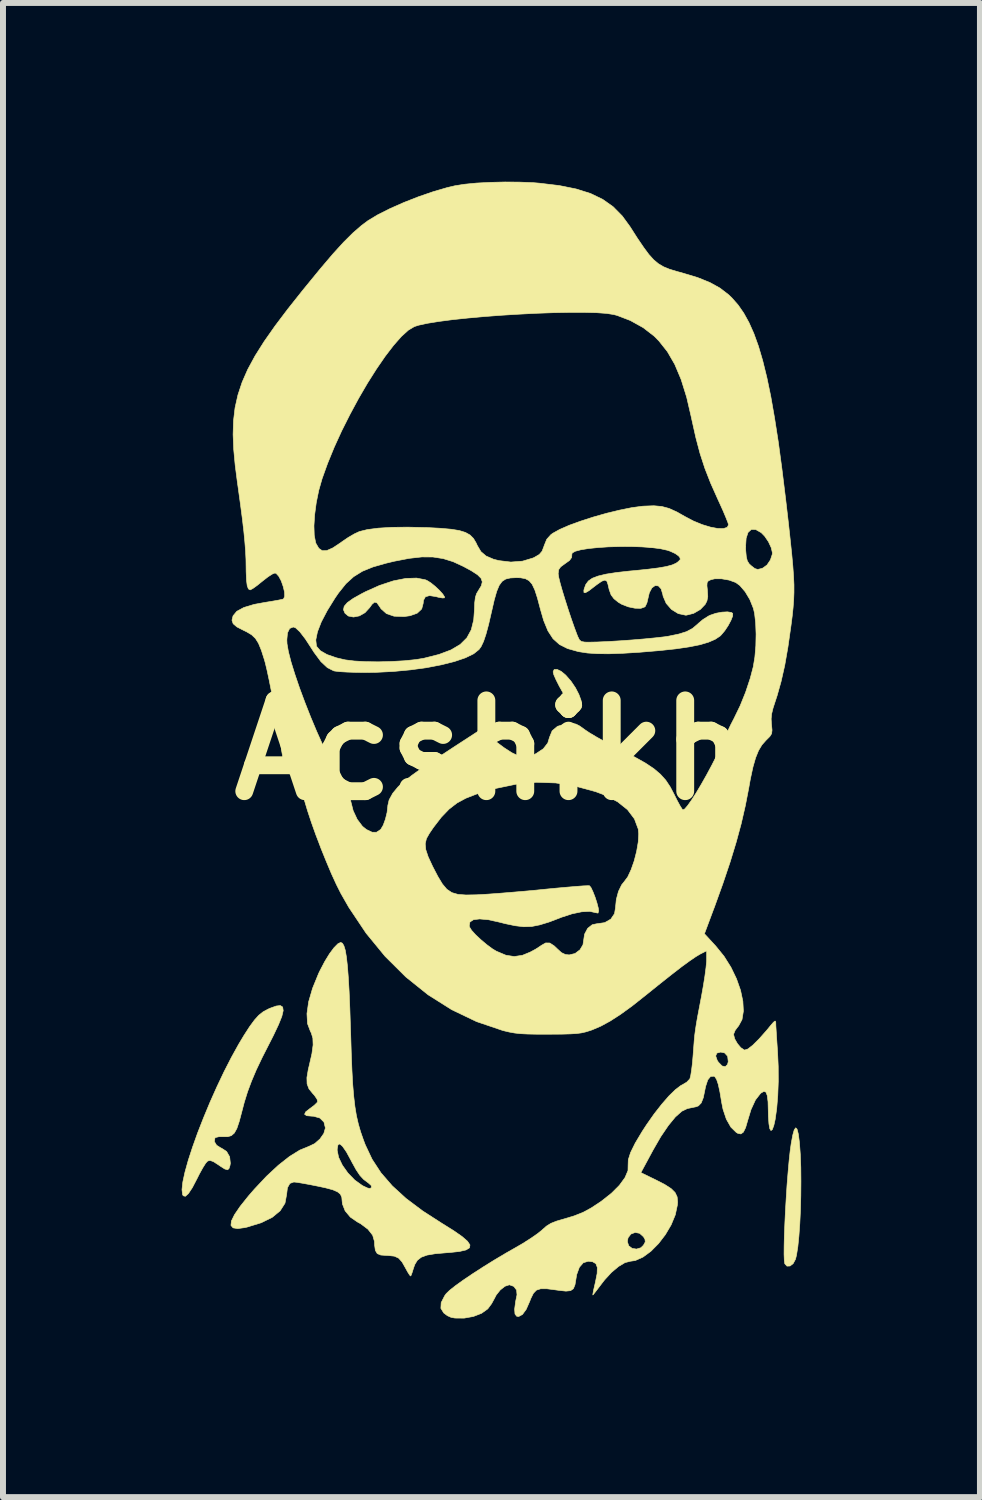
<source format=kicad_pcb>
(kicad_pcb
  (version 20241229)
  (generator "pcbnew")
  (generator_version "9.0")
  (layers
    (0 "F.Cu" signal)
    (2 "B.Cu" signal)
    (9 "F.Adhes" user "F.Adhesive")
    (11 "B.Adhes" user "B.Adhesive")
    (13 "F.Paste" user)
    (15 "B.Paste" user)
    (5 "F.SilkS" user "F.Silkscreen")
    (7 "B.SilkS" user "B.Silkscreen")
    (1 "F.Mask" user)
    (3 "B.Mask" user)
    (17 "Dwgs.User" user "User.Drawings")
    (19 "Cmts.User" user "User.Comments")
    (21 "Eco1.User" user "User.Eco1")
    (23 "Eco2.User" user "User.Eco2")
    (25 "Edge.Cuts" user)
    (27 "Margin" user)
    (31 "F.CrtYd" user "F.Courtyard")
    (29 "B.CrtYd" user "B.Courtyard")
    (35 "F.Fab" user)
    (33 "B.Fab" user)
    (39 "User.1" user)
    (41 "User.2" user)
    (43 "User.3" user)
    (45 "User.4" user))
  (footprint "Acshikh"
    (layer "F.Cu")
    (at 5.187 9.542)
    (property "Reference" "Acshikh" (at 0 0 0) (layer "F.SilkS") (effects (font (size 1.524 1.524) (thickness 0.3))))
    (attr through_hole)
    (fp_poly (pts (xy 1.183 -1.322) (xy 1.259 -1.259) (xy 1.348 -1.157) (xy 1.423 -1.046) (xy 1.48 -0.936) (xy 1.517 -0.835) (xy 1.53 -0.752) (xy 1.515 -0.698) (xy 1.475 -0.68) (xy 1.425 -0.7) (xy 1.362 -0.753) (xy 1.333 -0.785) (xy 1.276 -0.864) (xy 1.212 -0.965) (xy 1.15 -1.076) (xy 1.097 -1.181) (xy 1.06 -1.265) (xy 1.048 -1.314) (xy 1.066 -1.353) (xy 1.115 -1.355) (xy 1.183 -1.322)) (stroke (width 0.01) (type solid)) (fill yes) (layer "F.SilkS"))
    (fp_poly (pts (xy 5.143 6.363) (xy 5.164 6.444) (xy 5.182 6.58) (xy 5.184 6.604) (xy 5.198 6.792) (xy 5.206 7.007) (xy 5.208 7.24) (xy 5.206 7.482) (xy 5.2 7.722) (xy 5.189 7.951) (xy 5.174 8.159) (xy 5.156 8.337) (xy 5.134 8.476) (xy 5.117 8.546) (xy 5.078 8.619) (xy 5.025 8.66) (xy 4.974 8.662) (xy 4.937 8.622) (xy 4.937 8.621) (xy 4.929 8.567) (xy 4.925 8.464) (xy 4.926 8.322) (xy 4.93 8.147) (xy 4.938 7.95) (xy 4.948 7.737) (xy 4.961 7.517) (xy 4.975 7.298) (xy 4.992 7.088) (xy 5.009 6.897) (xy 5.027 6.731) (xy 5.044 6.608) (xy 5.071 6.462) (xy 5.096 6.373) (xy 5.121 6.34) (xy 5.143 6.363)) (stroke (width 0.01) (type solid)) (fill yes) (layer "F.SilkS"))
    (fp_poly (pts (xy -1.096 -2.859) (xy -1.068 -2.847) (xy -1.004 -2.807) (xy -0.931 -2.748) (xy -0.861 -2.682) (xy -0.805 -2.62) (xy -0.775 -2.573) (xy -0.776 -2.556) (xy -0.81 -2.554) (xy -0.878 -2.566) (xy -0.919 -2.577) (xy -1.027 -2.594) (xy -1.096 -2.574) (xy -1.129 -2.513) (xy -1.133 -2.465) (xy -1.158 -2.37) (xy -1.233 -2.299) (xy -1.353 -2.256) (xy -1.455 -2.242) (xy -1.622 -2.248) (xy -1.749 -2.291) (xy -1.84 -2.372) (xy -1.864 -2.409) (xy -1.908 -2.471) (xy -1.948 -2.485) (xy -1.993 -2.447) (xy -2.033 -2.391) (xy -2.11 -2.307) (xy -2.205 -2.253) (xy -2.303 -2.234) (xy -2.39 -2.251) (xy -2.446 -2.298) (xy -2.471 -2.356) (xy -2.459 -2.414) (xy -2.406 -2.476) (xy -2.308 -2.546) (xy -2.161 -2.628) (xy -2.103 -2.658) (xy -1.862 -2.766) (xy -1.634 -2.841) (xy -1.426 -2.882) (xy -1.244 -2.888) (xy -1.096 -2.859)) (stroke (width 0.01) (type solid)) (fill yes) (layer "F.SilkS"))
    (fp_poly (pts (xy -3.492 4.313) (xy -3.483 4.373) (xy -3.506 4.47) (xy -3.561 4.607) (xy -3.646 4.787) (xy -3.707 4.907) (xy -3.834 5.156) (xy -3.935 5.368) (xy -4.015 5.557) (xy -4.081 5.734) (xy -4.136 5.91) (xy -4.177 6.067) (xy -4.221 6.233) (xy -4.261 6.352) (xy -4.304 6.429) (xy -4.354 6.472) (xy -4.417 6.49) (xy -4.482 6.49) (xy -4.564 6.49) (xy -4.619 6.503) (xy -4.629 6.511) (xy -4.638 6.572) (xy -4.601 6.633) (xy -4.528 6.679) (xy -4.517 6.683) (xy -4.433 6.738) (xy -4.382 6.827) (xy -4.37 6.936) (xy -4.377 6.977) (xy -4.394 7.027) (xy -4.419 7.045) (xy -4.465 7.031) (xy -4.54 6.983) (xy -4.573 6.96) (xy -4.656 6.907) (xy -4.711 6.888) (xy -4.751 6.898) (xy -4.784 6.934) (xy -4.832 7.01) (xy -4.889 7.113) (xy -4.927 7.189) (xy -5.008 7.344) (xy -5.074 7.444) (xy -5.125 7.49) (xy -5.161 7.481) (xy -5.172 7.462) (xy -5.182 7.378) (xy -5.168 7.25) (xy -5.132 7.084) (xy -5.077 6.887) (xy -5.005 6.666) (xy -4.919 6.425) (xy -4.82 6.172) (xy -4.712 5.912) (xy -4.596 5.652) (xy -4.476 5.399) (xy -4.352 5.157) (xy -4.229 4.935) (xy -4.144 4.793) (xy -4.046 4.641) (xy -3.965 4.531) (xy -3.893 4.451) (xy -3.82 4.393) (xy -3.737 4.348) (xy -3.703 4.333) (xy -3.602 4.296) (xy -3.531 4.288) (xy -3.492 4.313)) (stroke (width 0.01) (type solid)) (fill yes) (layer "F.SilkS"))
    (fp_poly (pts (xy -2.489 3.242) (xy -2.464 3.285) (xy -2.441 3.36) (xy -2.422 3.472) (xy -2.405 3.623) (xy -2.39 3.816) (xy -2.376 4.056) (xy -2.364 4.345) (xy -2.353 4.686) (xy -2.35 4.771) (xy -2.34 5.098) (xy -2.329 5.376) (xy -2.316 5.612) (xy -2.299 5.812) (xy -2.279 5.984) (xy -2.254 6.136) (xy -2.222 6.275) (xy -2.184 6.407) (xy -2.138 6.539) (xy -2.106 6.624) (xy -1.991 6.868) (xy -1.842 7.096) (xy -1.653 7.314) (xy -1.42 7.527) (xy -1.14 7.737) (xy -0.817 7.945) (xy -0.623 8.066) (xy -0.481 8.165) (xy -0.389 8.245) (xy -0.348 8.307) (xy -0.356 8.355) (xy -0.415 8.391) (xy -0.523 8.416) (xy -0.68 8.433) (xy -0.748 8.438) (xy -0.932 8.454) (xy -1.068 8.477) (xy -1.164 8.512) (xy -1.23 8.563) (xy -1.273 8.633) (xy -1.294 8.691) (xy -1.318 8.768) (xy -1.337 8.819) (xy -1.343 8.828) (xy -1.361 8.812) (xy -1.395 8.758) (xy -1.426 8.701) (xy -1.487 8.593) (xy -1.545 8.528) (xy -1.617 8.495) (xy -1.718 8.484) (xy -1.749 8.483) (xy -1.845 8.476) (xy -1.904 8.452) (xy -1.936 8.398) (xy -1.949 8.305) (xy -1.951 8.248) (xy -1.981 8.144) (xy -2.06 8.043) (xy -2.182 7.951) (xy -2.237 7.921) (xy -2.355 7.84) (xy -2.443 7.735) (xy -2.488 7.62) (xy -2.493 7.578) (xy -2.499 7.508) (xy -2.522 7.456) (xy -2.571 7.415) (xy -2.652 7.38) (xy -2.775 7.347) (xy -2.907 7.319) (xy -3.043 7.292) (xy -3.164 7.27) (xy -3.256 7.255) (xy -3.305 7.25) (xy -3.371 7.274) (xy -3.412 7.347) (xy -3.426 7.461) (xy -3.453 7.606) (xy -3.534 7.733) (xy -3.667 7.843) (xy -3.852 7.934) (xy -4.09 8.007) (xy -4.125 8.015) (xy -4.246 8.032) (xy -4.324 8.02) (xy -4.36 7.978) (xy -4.352 7.904) (xy -4.3 7.798) (xy -4.205 7.659) (xy -4.066 7.485) (xy -3.967 7.371) (xy -3.762 7.153) (xy -3.563 6.968) (xy -3.375 6.82) (xy -3.21 6.718) (xy -2.577 6.718) (xy -2.553 6.836) (xy -2.49 6.968) (xy -2.397 7.099) (xy -2.283 7.217) (xy -2.158 7.307) (xy -2.138 7.318) (xy -2.065 7.352) (xy -2.024 7.359) (xy -2.001 7.341) (xy -1.998 7.337) (xy -2.008 7.306) (xy -2.054 7.265) (xy -2.06 7.261) (xy -2.133 7.206) (xy -2.195 7.139) (xy -2.257 7.047) (xy -2.329 6.917) (xy -2.34 6.895) (xy -2.421 6.746) (xy -2.486 6.652) (xy -2.533 6.611) (xy -2.563 6.624) (xy -2.576 6.691) (xy -2.577 6.718) (xy -3.21 6.718) (xy -3.203 6.714) (xy -3.054 6.653) (xy -2.955 6.606) (xy -2.866 6.528) (xy -2.801 6.435) (xy -2.775 6.344) (xy -2.775 6.342) (xy -2.799 6.244) (xy -2.868 6.176) (xy -2.972 6.146) (xy -3 6.145) (xy -3.089 6.137) (xy -3.124 6.113) (xy -3.105 6.072) (xy -3.033 6.016) (xy -2.963 5.964) (xy -2.915 5.917) (xy -2.905 5.902) (xy -2.915 5.859) (xy -2.958 5.796) (xy -2.988 5.763) (xy -3.05 5.687) (xy -3.082 5.603) (xy -3.085 5.498) (xy -3.062 5.361) (xy -3.044 5.286) (xy -3.001 5.097) (xy -2.981 4.95) (xy -2.985 4.836) (xy -3.012 4.747) (xy -3.026 4.721) (xy -3.075 4.591) (xy -3.084 4.424) (xy -3.056 4.225) (xy -2.99 3.998) (xy -2.887 3.746) (xy -2.862 3.695) (xy -2.785 3.548) (xy -2.706 3.419) (xy -2.63 3.317) (xy -2.565 3.251) (xy -2.518 3.228) (xy -2.489 3.242)) (stroke (width 0.01) (type solid)) (fill yes) (layer "F.SilkS"))
    (fp_poly (pts (xy 0.484 -9.535) (xy 0.712 -9.526) (xy 0.818 -9.517) (xy 1.151 -9.477) (xy 1.434 -9.42) (xy 1.676 -9.344) (xy 1.881 -9.245) (xy 2.056 -9.121) (xy 2.207 -8.968) (xy 2.338 -8.789) (xy 2.463 -8.593) (xy 2.567 -8.44) (xy 2.655 -8.321) (xy 2.735 -8.232) (xy 2.815 -8.165) (xy 2.901 -8.114) (xy 3.001 -8.073) (xy 3.123 -8.036) (xy 3.221 -8.009) (xy 3.473 -7.933) (xy 3.679 -7.85) (xy 3.849 -7.756) (xy 3.993 -7.645) (xy 4.05 -7.59) (xy 4.153 -7.473) (xy 4.248 -7.336) (xy 4.336 -7.177) (xy 4.418 -6.993) (xy 4.495 -6.78) (xy 4.567 -6.535) (xy 4.636 -6.255) (xy 4.702 -5.937) (xy 4.765 -5.577) (xy 4.828 -5.173) (xy 4.889 -4.72) (xy 4.951 -4.217) (xy 4.998 -3.812) (xy 5.029 -3.526) (xy 5.054 -3.288) (xy 5.072 -3.09) (xy 5.084 -2.922) (xy 5.091 -2.776) (xy 5.091 -2.644) (xy 5.086 -2.517) (xy 5.076 -2.387) (xy 5.061 -2.245) (xy 5.041 -2.089) (xy 4.99 -1.731) (xy 4.936 -1.422) (xy 4.875 -1.152) (xy 4.808 -0.914) (xy 4.783 -0.838) (xy 4.74 -0.706) (xy 4.716 -0.608) (xy 4.708 -0.525) (xy 4.713 -0.438) (xy 4.714 -0.428) (xy 4.723 -0.336) (xy 4.716 -0.277) (xy 4.686 -0.229) (xy 4.625 -0.168) (xy 4.62 -0.163) (xy 4.553 -0.087) (xy 4.496 0.008) (xy 4.447 0.129) (xy 4.402 0.286) (xy 4.359 0.486) (xy 4.332 0.637) (xy 4.274 0.936) (xy 4.205 1.236) (xy 4.121 1.546) (xy 4.02 1.877) (xy 3.899 2.237) (xy 3.755 2.637) (xy 3.738 2.681) (xy 3.588 3.083) (xy 3.777 3.288) (xy 3.916 3.459) (xy 4.033 3.645) (xy 4.126 3.838) (xy 4.194 4.031) (xy 4.233 4.215) (xy 4.242 4.381) (xy 4.219 4.523) (xy 4.161 4.631) (xy 4.152 4.64) (xy 4.103 4.706) (xy 4.078 4.768) (xy 4.078 4.776) (xy 4.096 4.847) (xy 4.141 4.926) (xy 4.199 4.995) (xy 4.256 5.033) (xy 4.264 5.035) (xy 4.318 5.017) (xy 4.398 4.955) (xy 4.503 4.851) (xy 4.63 4.708) (xy 4.694 4.63) (xy 4.747 4.568) (xy 4.775 4.547) (xy 4.785 4.563) (xy 4.786 4.579) (xy 4.787 4.627) (xy 4.793 4.721) (xy 4.801 4.848) (xy 4.811 4.997) (xy 4.816 5.071) (xy 4.827 5.313) (xy 4.828 5.561) (xy 4.819 5.801) (xy 4.801 6.019) (xy 4.775 6.203) (xy 4.754 6.297) (xy 4.728 6.369) (xy 4.705 6.387) (xy 4.685 6.355) (xy 4.671 6.274) (xy 4.662 6.148) (xy 4.66 6.062) (xy 4.656 5.904) (xy 4.643 5.799) (xy 4.621 5.742) (xy 4.587 5.728) (xy 4.54 5.755) (xy 4.528 5.765) (xy 4.444 5.873) (xy 4.37 6.034) (xy 4.316 6.211) (xy 4.279 6.338) (xy 4.242 6.413) (xy 4.2 6.443) (xy 4.148 6.433) (xy 4.122 6.417) (xy 4.032 6.329) (xy 3.956 6.195) (xy 3.9 6.028) (xy 3.878 5.917) (xy 3.848 5.738) (xy 3.82 5.61) (xy 3.792 5.527) (xy 3.762 5.482) (xy 3.748 5.474) (xy 3.691 5.478) (xy 3.644 5.536) (xy 3.608 5.645) (xy 3.597 5.699) (xy 3.569 5.835) (xy 3.534 5.923) (xy 3.487 5.972) (xy 3.447 5.987) (xy 3.37 6.003) (xy 3.302 6.017) (xy 3.208 6.062) (xy 3.1 6.158) (xy 2.982 6.302) (xy 2.855 6.489) (xy 2.726 6.713) (xy 2.521 7.093) (xy 2.768 7.213) (xy 2.922 7.292) (xy 3.029 7.361) (xy 3.096 7.428) (xy 3.13 7.5) (xy 3.138 7.587) (xy 3.134 7.636) (xy 3.099 7.801) (xy 3.029 7.97) (xy 2.932 8.134) (xy 2.817 8.284) (xy 2.689 8.413) (xy 2.557 8.51) (xy 2.428 8.568) (xy 2.346 8.58) (xy 2.255 8.603) (xy 2.146 8.668) (xy 2.028 8.767) (xy 1.913 8.892) (xy 1.868 8.95) (xy 1.801 9.038) (xy 1.749 9.106) (xy 1.719 9.143) (xy 1.714 9.146) (xy 1.717 9.121) (xy 1.73 9.054) (xy 1.752 8.958) (xy 1.758 8.932) (xy 1.787 8.786) (xy 1.79 8.684) (xy 1.766 8.621) (xy 1.712 8.589) (xy 1.637 8.58) (xy 1.554 8.606) (xy 1.488 8.682) (xy 1.444 8.803) (xy 1.432 8.875) (xy 1.415 8.976) (xy 1.388 9.041) (xy 1.341 9.074) (xy 1.263 9.082) (xy 1.145 9.069) (xy 1.089 9.061) (xy 0.943 9.042) (xy 0.84 9.042) (xy 0.768 9.065) (xy 0.717 9.118) (xy 0.674 9.205) (xy 0.656 9.252) (xy 0.596 9.388) (xy 0.533 9.474) (xy 0.47 9.508) (xy 0.436 9.503) (xy 0.408 9.466) (xy 0.402 9.385) (xy 0.419 9.255) (xy 0.442 9.144) (xy 0.435 9.064) (xy 0.388 9.002) (xy 0.315 8.976) (xy 0.313 8.976) (xy 0.24 9) (xy 0.161 9.062) (xy 0.093 9.147) (xy 0.065 9.201) (xy 0.015 9.293) (xy -0.048 9.378) (xy -0.051 9.381) (xy -0.153 9.454) (xy -0.29 9.507) (xy -0.445 9.535) (xy -0.599 9.534) (xy -0.665 9.522) (xy -0.727 9.494) (xy -0.788 9.448) (xy -0.836 9.371) (xy -0.831 9.275) (xy -0.773 9.161) (xy -0.748 9.126) (xy -0.692 9.071) (xy -0.595 8.994) (xy -0.463 8.899) (xy -0.305 8.792) (xy -0.127 8.677) (xy 0.063 8.559) (xy 0.258 8.443) (xy 0.416 8.353) (xy 0.552 8.274) (xy 0.589 8.25) (xy 2.294 8.25) (xy 2.317 8.321) (xy 2.374 8.364) (xy 2.448 8.376) (xy 2.521 8.354) (xy 2.565 8.311) (xy 2.595 8.256) (xy 2.59 8.212) (xy 2.565 8.169) (xy 2.5 8.111) (xy 2.425 8.097) (xy 2.354 8.124) (xy 2.306 8.186) (xy 2.294 8.25) (xy 0.589 8.25) (xy 0.681 8.191) (xy 0.79 8.115) (xy 0.863 8.056) (xy 0.865 8.053) (xy 0.937 7.99) (xy 1.013 7.943) (xy 1.11 7.905) (xy 1.221 7.873) (xy 1.401 7.819) (xy 1.55 7.76) (xy 1.69 7.684) (xy 1.846 7.581) (xy 1.856 7.574) (xy 2.027 7.439) (xy 2.161 7.305) (xy 2.255 7.176) (xy 2.305 7.058) (xy 2.307 6.964) (xy 2.31 6.876) (xy 2.349 6.754) (xy 2.427 6.596) (xy 2.543 6.402) (xy 2.618 6.287) (xy 2.745 6.106) (xy 2.873 5.943) (xy 2.994 5.804) (xy 3.103 5.698) (xy 3.193 5.63) (xy 3.219 5.617) (xy 3.291 5.574) (xy 3.341 5.522) (xy 3.343 5.519) (xy 3.357 5.469) (xy 3.372 5.375) (xy 3.387 5.252) (xy 3.397 5.134) (xy 3.777 5.134) (xy 3.803 5.209) (xy 3.823 5.239) (xy 3.884 5.302) (xy 3.938 5.314) (xy 3.976 5.277) (xy 3.988 5.23) (xy 3.978 5.139) (xy 3.927 5.083) (xy 3.861 5.069) (xy 3.797 5.086) (xy 3.777 5.134) (xy 3.397 5.134) (xy 3.399 5.111) (xy 3.399 5.107) (xy 3.409 4.976) (xy 3.417 4.871) (xy 3.426 4.779) (xy 3.438 4.69) (xy 3.453 4.591) (xy 3.474 4.472) (xy 3.503 4.32) (xy 3.54 4.125) (xy 3.542 4.114) (xy 3.571 3.95) (xy 3.596 3.792) (xy 3.614 3.655) (xy 3.624 3.553) (xy 3.625 3.526) (xy 3.625 3.369) (xy 3.518 3.423) (xy 3.444 3.467) (xy 3.343 3.536) (xy 3.211 3.632) (xy 3.047 3.759) (xy 2.846 3.918) (xy 2.605 4.112) (xy 2.601 4.115) (xy 2.374 4.295) (xy 2.178 4.437) (xy 2.006 4.548) (xy 1.85 4.633) (xy 1.703 4.696) (xy 1.665 4.709) (xy 1.593 4.731) (xy 1.522 4.747) (xy 1.439 4.758) (xy 1.334 4.764) (xy 1.197 4.768) (xy 1.016 4.769) (xy 0.963 4.769) (xy 0.768 4.769) (xy 0.617 4.766) (xy 0.499 4.76) (xy 0.402 4.749) (xy 0.313 4.733) (xy 0.22 4.711) (xy 0.198 4.705) (xy -0.238 4.557) (xy -0.655 4.357) (xy -1.051 4.107) (xy -1.424 3.808) (xy -1.772 3.462) (xy -2.092 3.072) (xy -2.382 2.638) (xy -2.514 2.407) (xy -2.589 2.258) (xy -2.673 2.075) (xy -2.76 1.868) (xy -2.849 1.648) (xy -2.877 1.573) (xy -1.099 1.573) (xy -1.09 1.67) (xy -1.05 1.79) (xy -0.979 1.943) (xy -0.978 1.946) (xy -0.888 2.119) (xy -0.811 2.247) (xy -0.736 2.336) (xy -0.652 2.392) (xy -0.549 2.422) (xy -0.416 2.432) (xy -0.243 2.429) (xy -0.185 2.426) (xy -0.049 2.418) (xy 0.13 2.405) (xy 0.338 2.388) (xy 0.562 2.369) (xy 0.788 2.348) (xy 0.905 2.336) (xy 1.102 2.317) (xy 1.281 2.301) (xy 1.434 2.288) (xy 1.554 2.279) (xy 1.632 2.276) (xy 1.659 2.277) (xy 1.684 2.308) (xy 1.717 2.378) (xy 1.753 2.47) (xy 1.784 2.566) (xy 1.806 2.651) (xy 1.812 2.699) (xy 1.802 2.736) (xy 1.763 2.729) (xy 1.664 2.707) (xy 1.528 2.714) (xy 1.365 2.748) (xy 1.184 2.807) (xy 1.171 2.813) (xy 0.979 2.886) (xy 0.822 2.934) (xy 0.686 2.961) (xy 0.554 2.965) (xy 0.412 2.948) (xy 0.244 2.913) (xy 0.146 2.888) (xy -0.04 2.847) (xy -0.186 2.834) (xy -0.29 2.847) (xy -0.349 2.886) (xy -0.36 2.95) (xy -0.355 2.97) (xy -0.321 3.025) (xy -0.253 3.1) (xy -0.163 3.184) (xy -0.064 3.267) (xy 0.032 3.338) (xy 0.096 3.376) (xy 0.255 3.443) (xy 0.395 3.465) (xy 0.534 3.444) (xy 0.665 3.39) (xy 0.754 3.342) (xy 0.831 3.292) (xy 0.846 3.281) (xy 0.922 3.237) (xy 0.992 3.238) (xy 1.067 3.287) (xy 1.115 3.333) (xy 1.188 3.4) (xy 1.254 3.431) (xy 1.318 3.438) (xy 1.417 3.414) (xy 1.499 3.352) (xy 1.549 3.268) (xy 1.557 3.217) (xy 1.576 3.09) (xy 1.628 2.992) (xy 1.705 2.931) (xy 1.775 2.916) (xy 1.914 2.896) (xy 2.017 2.837) (xy 2.079 2.745) (xy 2.095 2.648) (xy 2.109 2.507) (xy 2.145 2.372) (xy 2.199 2.261) (xy 2.24 2.21) (xy 2.3 2.13) (xy 2.357 2.008) (xy 2.409 1.86) (xy 2.45 1.7) (xy 2.477 1.543) (xy 2.485 1.406) (xy 2.477 1.325) (xy 2.413 1.154) (xy 2.297 1) (xy 2.13 0.867) (xy 1.915 0.755) (xy 1.761 0.697) (xy 1.419 0.604) (xy 1.091 0.551) (xy 0.765 0.54) (xy 0.432 0.571) (xy 0.081 0.644) (xy -0.241 0.739) (xy -0.416 0.807) (xy -0.566 0.888) (xy -0.699 0.991) (xy -0.828 1.125) (xy -0.962 1.299) (xy -1.03 1.399) (xy -1.079 1.486) (xy -1.099 1.573) (xy -2.877 1.573) (xy -2.934 1.425) (xy -3.011 1.209) (xy -3.076 1.012) (xy -3.126 0.845) (xy -3.156 0.717) (xy -3.157 0.709) (xy -3.195 0.57) (xy -3.257 0.477) (xy -3.326 0.43) (xy -3.39 0.384) (xy -3.44 0.304) (xy -3.478 0.185) (xy -3.508 0.018) (xy -3.511 -0.002) (xy -3.535 -0.165) (xy -3.566 -0.357) (xy -3.602 -0.565) (xy -3.641 -0.778) (xy -3.681 -0.986) (xy -3.719 -1.177) (xy -3.754 -1.34) (xy -3.784 -1.465) (xy -3.798 -1.515) (xy -3.849 -1.675) (xy -3.897 -1.792) (xy -3.934 -1.852) (xy -3.422 -1.852) (xy -3.419 -1.786) (xy -3.396 -1.653) (xy -3.351 -1.478) (xy -3.287 -1.272) (xy -3.209 -1.043) (xy -3.119 -0.801) (xy -3.022 -0.555) (xy -2.921 -0.314) (xy -2.819 -0.087) (xy -2.721 0.115) (xy -2.631 0.284) (xy -2.551 0.411) (xy -2.537 0.431) (xy -2.456 0.542) (xy -2.405 0.633) (xy -2.373 0.725) (xy -2.352 0.839) (xy -2.35 0.854) (xy -2.309 1.016) (xy -2.241 1.162) (xy -2.153 1.279) (xy -2.086 1.333) (xy -1.991 1.378) (xy -1.917 1.379) (xy -1.852 1.336) (xy -1.843 1.327) (xy -1.804 1.261) (xy -1.767 1.16) (xy -1.739 1.046) (xy -1.727 0.94) (xy -1.727 0.932) (xy -1.705 0.836) (xy -1.644 0.725) (xy -1.553 0.615) (xy -1.481 0.547) (xy -1.405 0.487) (xy -1.326 0.426) (xy -1.236 0.361) (xy -1.127 0.285) (xy -0.992 0.195) (xy -0.824 0.084) (xy -0.616 -0.053) (xy -0.17 -0.343) (xy 0.063 -0.161) (xy 0.225 -0.04) (xy 0.355 0.044) (xy 0.462 0.095) (xy 0.556 0.114) (xy 0.644 0.105) (xy 0.736 0.071) (xy 0.759 0.06) (xy 0.883 -0.022) (xy 0.958 -0.118) (xy 0.988 -0.216) (xy 1.032 -0.324) (xy 1.121 -0.399) (xy 1.253 -0.44) (xy 1.293 -0.445) (xy 1.371 -0.448) (xy 1.432 -0.437) (xy 1.495 -0.404) (xy 1.582 -0.342) (xy 1.584 -0.34) (xy 1.662 -0.288) (xy 1.778 -0.219) (xy 1.921 -0.139) (xy 2.079 -0.055) (xy 2.196 0.003) (xy 2.419 0.117) (xy 2.597 0.217) (xy 2.738 0.311) (xy 2.849 0.405) (xy 2.939 0.505) (xy 3.014 0.618) (xy 3.082 0.748) (xy 3.135 0.854) (xy 3.182 0.94) (xy 3.216 0.993) (xy 3.225 1.004) (xy 3.255 0.99) (xy 3.305 0.933) (xy 3.371 0.84) (xy 3.449 0.719) (xy 3.534 0.576) (xy 3.623 0.419) (xy 3.711 0.255) (xy 3.794 0.092) (xy 3.866 -0.062) (xy 3.904 -0.151) (xy 3.963 -0.285) (xy 4.03 -0.426) (xy 4.092 -0.546) (xy 4.094 -0.551) (xy 4.188 -0.745) (xy 4.279 -0.97) (xy 4.357 -1.205) (xy 4.408 -1.399) (xy 4.435 -1.563) (xy 4.451 -1.752) (xy 4.455 -1.948) (xy 4.448 -2.134) (xy 4.43 -2.294) (xy 4.41 -2.38) (xy 4.351 -2.527) (xy 4.272 -2.659) (xy 4.183 -2.763) (xy 4.113 -2.814) (xy 4.003 -2.854) (xy 3.877 -2.876) (xy 3.761 -2.876) (xy 3.7 -2.862) (xy 3.654 -2.841) (xy 3.633 -2.812) (xy 3.63 -2.759) (xy 3.638 -2.683) (xy 3.644 -2.579) (xy 3.63 -2.504) (xy 3.601 -2.447) (xy 3.519 -2.361) (xy 3.407 -2.296) (xy 3.288 -2.266) (xy 3.272 -2.265) (xy 3.148 -2.292) (xy 3.035 -2.362) (xy 2.946 -2.464) (xy 2.894 -2.585) (xy 2.89 -2.61) (xy 2.861 -2.707) (xy 2.815 -2.757) (xy 2.76 -2.762) (xy 2.706 -2.723) (xy 2.663 -2.642) (xy 2.642 -2.553) (xy 2.623 -2.472) (xy 2.595 -2.413) (xy 2.587 -2.404) (xy 2.521 -2.38) (xy 2.423 -2.382) (xy 2.311 -2.405) (xy 2.202 -2.447) (xy 2.143 -2.482) (xy 2.069 -2.542) (xy 2.021 -2.606) (xy 1.989 -2.695) (xy 1.969 -2.782) (xy 1.95 -2.836) (xy 1.918 -2.854) (xy 1.865 -2.836) (xy 1.783 -2.779) (xy 1.741 -2.747) (xy 1.649 -2.676) (xy 1.592 -2.643) (xy 1.566 -2.645) (xy 1.564 -2.682) (xy 1.571 -2.711) (xy 1.597 -2.781) (xy 1.64 -2.839) (xy 1.706 -2.885) (xy 1.803 -2.922) (xy 1.935 -2.954) (xy 2.109 -2.981) (xy 2.331 -3.006) (xy 2.421 -3.014) (xy 2.644 -3.037) (xy 2.818 -3.059) (xy 2.949 -3.082) (xy 3.045 -3.108) (xy 3.113 -3.138) (xy 3.15 -3.165) (xy 3.184 -3.202) (xy 3.175 -3.235) (xy 3.153 -3.261) (xy 3.098 -3.3) (xy 3.013 -3.339) (xy 2.966 -3.355) (xy 2.849 -3.381) (xy 2.702 -3.4) (xy 2.533 -3.412) (xy 2.529 -3.412) (xy 4.279 -3.412) (xy 4.281 -3.352) (xy 4.291 -3.245) (xy 4.308 -3.176) (xy 4.339 -3.127) (xy 4.371 -3.097) (xy 4.434 -3.048) (xy 4.482 -3.033) (xy 4.542 -3.047) (xy 4.57 -3.057) (xy 4.639 -3.108) (xy 4.696 -3.193) (xy 4.727 -3.287) (xy 4.729 -3.313) (xy 4.71 -3.397) (xy 4.663 -3.498) (xy 4.599 -3.592) (xy 4.542 -3.65) (xy 4.449 -3.703) (xy 4.375 -3.704) (xy 4.32 -3.654) (xy 4.288 -3.556) (xy 4.279 -3.412) (xy 2.529 -3.412) (xy 2.35 -3.418) (xy 2.161 -3.417) (xy 1.975 -3.412) (xy 1.799 -3.4) (xy 1.642 -3.384) (xy 1.513 -3.363) (xy 1.419 -3.338) (xy 1.369 -3.309) (xy 1.363 -3.291) (xy 1.359 -3.234) (xy 1.323 -3.184) (xy 1.246 -3.129) (xy 1.175 -3.077) (xy 1.141 -3.029) (xy 1.133 -2.964) (xy 1.133 -2.958) (xy 1.142 -2.901) (xy 1.166 -2.803) (xy 1.203 -2.673) (xy 1.249 -2.523) (xy 1.3 -2.363) (xy 1.353 -2.204) (xy 1.404 -2.059) (xy 1.45 -1.936) (xy 1.463 -1.904) (xy 1.49 -1.85) (xy 1.523 -1.823) (xy 1.581 -1.813) (xy 1.65 -1.812) (xy 1.793 -1.815) (xy 1.972 -1.823) (xy 2.173 -1.835) (xy 2.382 -1.85) (xy 2.585 -1.867) (xy 2.767 -1.885) (xy 2.916 -1.902) (xy 2.982 -1.912) (xy 3.157 -1.948) (xy 3.288 -1.989) (xy 3.389 -2.043) (xy 3.474 -2.115) (xy 3.487 -2.128) (xy 3.562 -2.191) (xy 3.657 -2.251) (xy 3.686 -2.265) (xy 3.78 -2.297) (xy 3.882 -2.316) (xy 3.975 -2.321) (xy 4.042 -2.31) (xy 4.063 -2.295) (xy 4.062 -2.251) (xy 4.033 -2.178) (xy 3.986 -2.09) (xy 3.929 -2.004) (xy 3.87 -1.934) (xy 3.851 -1.915) (xy 3.768 -1.86) (xy 3.657 -1.812) (xy 3.513 -1.769) (xy 3.332 -1.733) (xy 3.108 -1.7) (xy 2.838 -1.671) (xy 2.516 -1.644) (xy 2.492 -1.642) (xy 2.214 -1.625) (xy 1.983 -1.617) (xy 1.789 -1.619) (xy 1.626 -1.63) (xy 1.482 -1.652) (xy 1.46 -1.657) (xy 1.29 -1.705) (xy 1.155 -1.773) (xy 1.047 -1.87) (xy 0.961 -2.002) (xy 0.889 -2.177) (xy 0.834 -2.368) (xy 0.785 -2.553) (xy 0.741 -2.689) (xy 0.696 -2.784) (xy 0.645 -2.844) (xy 0.582 -2.878) (xy 0.501 -2.893) (xy 0.429 -2.895) (xy 0.33 -2.89) (xy 0.253 -2.872) (xy 0.192 -2.833) (xy 0.143 -2.766) (xy 0.101 -2.665) (xy 0.06 -2.522) (xy 0.016 -2.33) (xy 0.014 -2.322) (xy -0.035 -2.109) (xy -0.079 -1.946) (xy -0.12 -1.824) (xy -0.161 -1.738) (xy -0.196 -1.689) (xy -0.286 -1.617) (xy -0.426 -1.549) (xy -0.609 -1.487) (xy -0.828 -1.432) (xy -1.077 -1.384) (xy -1.349 -1.347) (xy -1.637 -1.32) (xy -1.934 -1.305) (xy -2.109 -1.303) (xy -2.267 -1.305) (xy -2.413 -1.31) (xy -2.534 -1.317) (xy -2.616 -1.327) (xy -2.635 -1.331) (xy -2.741 -1.384) (xy -2.85 -1.486) (xy -2.965 -1.641) (xy -3.002 -1.699) (xy -3.1 -1.85) (xy -2.936 -1.85) (xy -2.925 -1.75) (xy -2.922 -1.741) (xy -2.86 -1.669) (xy -2.747 -1.604) (xy -2.588 -1.549) (xy -2.443 -1.515) (xy -2.292 -1.496) (xy -2.102 -1.485) (xy -1.886 -1.482) (xy -1.663 -1.488) (xy -1.447 -1.5) (xy -1.254 -1.52) (xy -1.121 -1.542) (xy -0.868 -1.606) (xy -0.666 -1.682) (xy -0.512 -1.773) (xy -0.4 -1.884) (xy -0.326 -2.02) (xy -0.285 -2.186) (xy -0.273 -2.349) (xy -0.268 -2.476) (xy -0.257 -2.564) (xy -0.237 -2.627) (xy -0.205 -2.68) (xy -0.157 -2.759) (xy -0.141 -2.824) (xy -0.161 -2.884) (xy -0.221 -2.944) (xy -0.326 -3.012) (xy -0.459 -3.084) (xy -0.63 -3.163) (xy -0.797 -3.215) (xy -0.969 -3.242) (xy -1.156 -3.243) (xy -1.369 -3.219) (xy -1.617 -3.171) (xy -1.755 -3.138) (xy -1.976 -3.075) (xy -2.153 -3.003) (xy -2.3 -2.912) (xy -2.43 -2.794) (xy -2.554 -2.639) (xy -2.612 -2.555) (xy -2.744 -2.342) (xy -2.844 -2.151) (xy -2.908 -1.986) (xy -2.936 -1.85) (xy -3.1 -1.85) (xy -3.113 -1.869) (xy -3.204 -1.987) (xy -3.275 -2.053) (xy -3.314 -2.067) (xy -3.375 -2.042) (xy -3.411 -1.969) (xy -3.422 -1.852) (xy -3.934 -1.852) (xy -3.949 -1.875) (xy -4.013 -1.936) (xy -4.097 -1.986) (xy -4.147 -2.01) (xy -4.26 -2.068) (xy -4.323 -2.122) (xy -4.343 -2.181) (xy -4.325 -2.253) (xy -4.324 -2.255) (xy -4.262 -2.33) (xy -4.144 -2.394) (xy -3.972 -2.446) (xy -3.792 -2.479) (xy -3.669 -2.499) (xy -3.567 -2.517) (xy -3.499 -2.531) (xy -3.478 -2.537) (xy -3.458 -2.58) (xy -3.461 -2.655) (xy -3.483 -2.747) (xy -3.516 -2.841) (xy -3.558 -2.919) (xy -3.601 -2.966) (xy -3.622 -2.973) (xy -3.665 -2.956) (xy -3.737 -2.91) (xy -3.822 -2.844) (xy -3.837 -2.832) (xy -3.921 -2.764) (xy -3.991 -2.714) (xy -4.034 -2.691) (xy -4.038 -2.69) (xy -4.067 -2.706) (xy -4.087 -2.759) (xy -4.099 -2.853) (xy -4.105 -2.995) (xy -4.106 -3.072) (xy -4.108 -3.205) (xy -4.115 -3.343) (xy -4.127 -3.497) (xy -4.144 -3.672) (xy -4.155 -3.766) (xy -2.967 -3.766) (xy -2.962 -3.607) (xy -2.939 -3.486) (xy -2.932 -3.467) (xy -2.885 -3.387) (xy -2.827 -3.347) (xy -2.75 -3.35) (xy -2.649 -3.395) (xy -2.518 -3.482) (xy -2.498 -3.497) (xy -2.394 -3.568) (xy -2.288 -3.63) (xy -2.204 -3.669) (xy -2.071 -3.702) (xy -1.887 -3.726) (xy -1.658 -3.74) (xy -1.389 -3.743) (xy -1.086 -3.736) (xy -1.073 -3.736) (xy -0.844 -3.724) (xy -0.665 -3.708) (xy -0.527 -3.686) (xy -0.424 -3.654) (xy -0.347 -3.611) (xy -0.289 -3.553) (xy -0.244 -3.477) (xy -0.225 -3.435) (xy -0.164 -3.332) (xy -0.077 -3.258) (xy 0.048 -3.204) (xy 0.139 -3.181) (xy 0.338 -3.157) (xy 0.535 -3.172) (xy 0.711 -3.225) (xy 0.734 -3.236) (xy 0.816 -3.284) (xy 0.863 -3.339) (xy 0.895 -3.423) (xy 0.898 -3.433) (xy 0.941 -3.539) (xy 1.01 -3.616) (xy 1.041 -3.639) (xy 1.158 -3.704) (xy 1.318 -3.774) (xy 1.511 -3.844) (xy 1.724 -3.913) (xy 1.946 -3.976) (xy 2.165 -4.029) (xy 2.368 -4.07) (xy 2.545 -4.094) (xy 2.577 -4.096) (xy 2.739 -4.102) (xy 2.872 -4.09) (xy 2.995 -4.057) (xy 3.127 -3.997) (xy 3.259 -3.922) (xy 3.403 -3.846) (xy 3.549 -3.786) (xy 3.687 -3.744) (xy 3.809 -3.721) (xy 3.907 -3.719) (xy 3.971 -3.74) (xy 3.993 -3.783) (xy 3.981 -3.823) (xy 3.949 -3.904) (xy 3.902 -4.016) (xy 3.842 -4.149) (xy 3.812 -4.214) (xy 3.693 -4.481) (xy 3.596 -4.729) (xy 3.515 -4.978) (xy 3.444 -5.246) (xy 3.376 -5.55) (xy 3.371 -5.575) (xy 3.29 -5.924) (xy 3.197 -6.222) (xy 3.09 -6.476) (xy 2.966 -6.69) (xy 2.823 -6.87) (xy 2.745 -6.949) (xy 2.56 -7.092) (xy 2.344 -7.212) (xy 2.122 -7.297) (xy 2.065 -7.312) (xy 1.945 -7.331) (xy 1.776 -7.343) (xy 1.567 -7.348) (xy 1.325 -7.348) (xy 1.058 -7.343) (xy 0.774 -7.333) (xy 0.48 -7.318) (xy 0.184 -7.3) (xy -0.107 -7.278) (xy -0.384 -7.253) (xy -0.641 -7.226) (xy -0.869 -7.196) (xy -1.061 -7.165) (xy -1.209 -7.133) (xy -1.281 -7.11) (xy -1.382 -7.05) (xy -1.5 -6.943) (xy -1.631 -6.794) (xy -1.772 -6.61) (xy -1.919 -6.396) (xy -2.069 -6.159) (xy -2.218 -5.903) (xy -2.363 -5.634) (xy -2.501 -5.36) (xy -2.627 -5.084) (xy -2.738 -4.813) (xy -2.83 -4.557) (xy -2.886 -4.361) (xy -2.928 -4.155) (xy -2.955 -3.953) (xy -2.967 -3.766) (xy -4.155 -3.766) (xy -4.168 -3.878) (xy -4.2 -4.122) (xy -4.24 -4.412) (xy -4.251 -4.488) (xy -4.289 -4.783) (xy -4.314 -5.051) (xy -4.324 -5.298) (xy -4.317 -5.529) (xy -4.291 -5.748) (xy -4.243 -5.962) (xy -4.173 -6.174) (xy -4.078 -6.391) (xy -3.955 -6.618) (xy -3.803 -6.859) (xy -3.62 -7.12) (xy -3.404 -7.406) (xy -3.153 -7.722) (xy -2.865 -8.074) (xy -2.844 -8.099) (xy -2.644 -8.334) (xy -2.468 -8.527) (xy -2.311 -8.683) (xy -2.168 -8.807) (xy -2.058 -8.889) (xy -1.895 -8.987) (xy -1.69 -9.09) (xy -1.457 -9.193) (xy -1.21 -9.29) (xy -0.963 -9.375) (xy -0.73 -9.443) (xy -0.603 -9.473) (xy -0.441 -9.499) (xy -0.237 -9.519) (xy -0.005 -9.531) (xy 0.24 -9.537) (xy 0.484 -9.535)) (stroke (width 0.01) (type solid)) (fill yes) (layer "F.SilkS")))
  (gr_rect
    (start -3 -3)
    (end 13.4 22.082)
    (stroke (width 0.1) (type default))
    (fill no)
    (layer "Edge.Cuts")))
</source>
